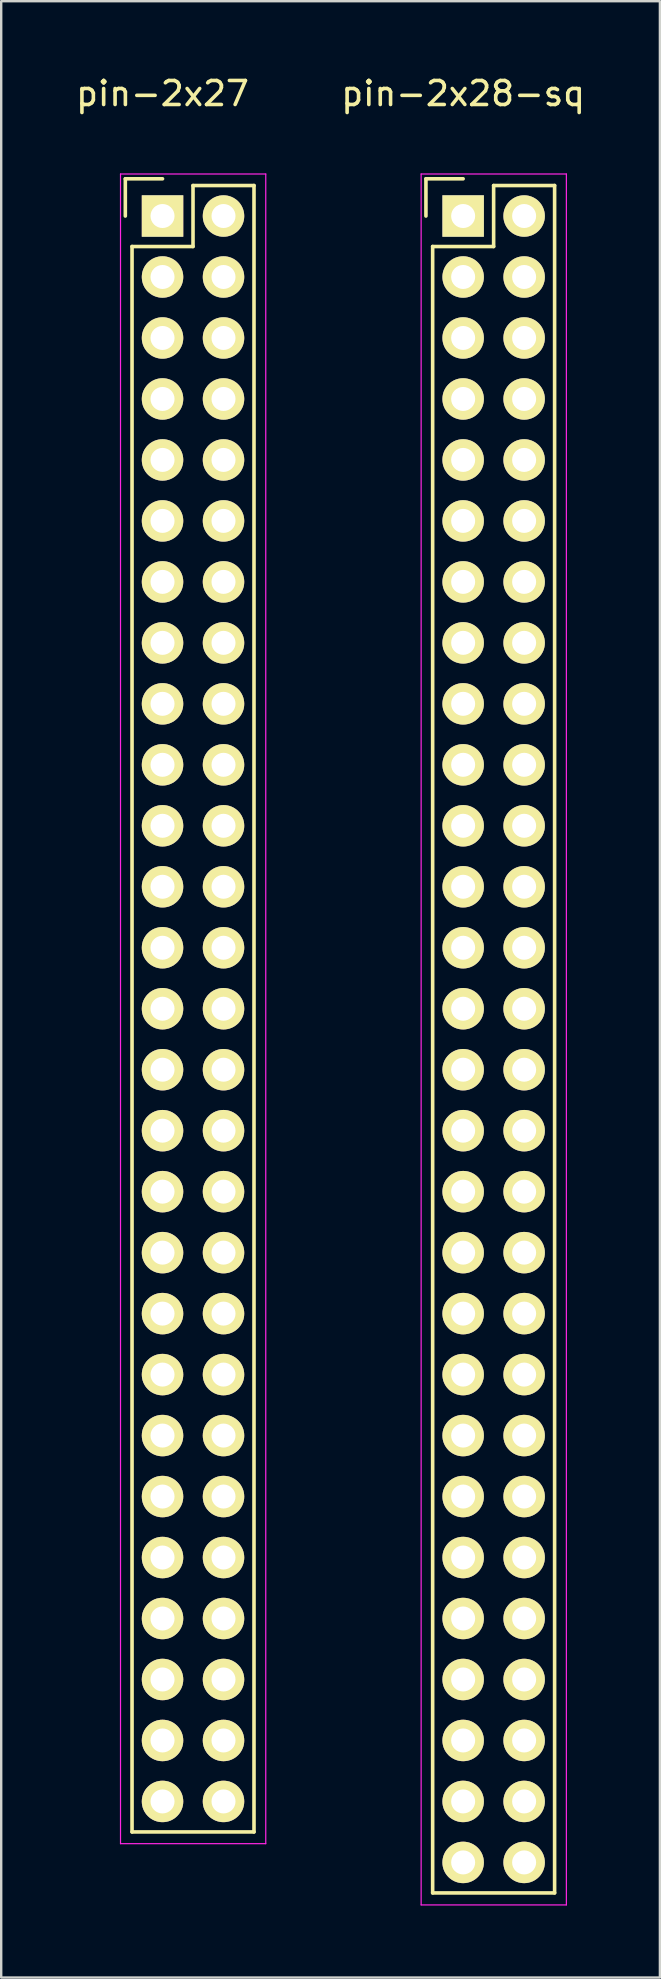
<source format=kicad_pcb>
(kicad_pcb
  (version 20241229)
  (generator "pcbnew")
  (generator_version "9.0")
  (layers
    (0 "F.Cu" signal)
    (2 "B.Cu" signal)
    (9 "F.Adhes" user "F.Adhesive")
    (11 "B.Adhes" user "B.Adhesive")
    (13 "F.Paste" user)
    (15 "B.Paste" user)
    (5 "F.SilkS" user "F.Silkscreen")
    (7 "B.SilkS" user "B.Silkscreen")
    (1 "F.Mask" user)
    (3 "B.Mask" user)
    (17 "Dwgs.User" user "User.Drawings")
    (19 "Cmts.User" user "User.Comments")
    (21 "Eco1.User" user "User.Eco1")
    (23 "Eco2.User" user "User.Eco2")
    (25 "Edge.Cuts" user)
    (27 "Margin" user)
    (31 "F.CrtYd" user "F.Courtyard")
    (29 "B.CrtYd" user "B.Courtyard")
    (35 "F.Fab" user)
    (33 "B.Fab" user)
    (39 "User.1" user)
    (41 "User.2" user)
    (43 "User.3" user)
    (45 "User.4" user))
  (footprint "pin-2x27"
    (layer "F.Cu")
    (at 3.72 5.948)
    (property "Reference" "pin-2x27" (at 0 -5.1 0) (layer "F.SilkS") (effects (font (size 1 1) (thickness 0.15))))
    (attr through_hole)
    (fp_line (start -1.55 -1.55) (end -1.55 0) (stroke (width 0.15) (type solid)) (layer "F.SilkS"))
    (fp_line (start -1.27 1.27) (end -1.27 67.31) (stroke (width 0.15) (type solid)) (layer "F.SilkS"))
    (fp_line (start 0 -1.55) (end -1.55 -1.55) (stroke (width 0.15) (type solid)) (layer "F.SilkS"))
    (fp_line (start 1.27 -1.27) (end 1.27 1.27) (stroke (width 0.15) (type solid)) (layer "F.SilkS"))
    (fp_line (start 1.27 1.27) (end -1.27 1.27) (stroke (width 0.15) (type solid)) (layer "F.SilkS"))
    (fp_line (start 3.81 -1.27) (end 1.27 -1.27) (stroke (width 0.15) (type solid)) (layer "F.SilkS"))
    (fp_line (start 3.81 67.31) (end -1.27 67.31) (stroke (width 0.15) (type solid)) (layer "F.SilkS"))
    (fp_line (start 3.81 67.31) (end 3.81 -1.27) (stroke (width 0.15) (type solid)) (layer "F.SilkS"))
    (fp_line (start -1.75 -1.75) (end -1.75 67.8) (stroke (width 0.05) (type solid)) (layer "F.CrtYd"))
    (fp_line (start -1.75 -1.75) (end 4.3 -1.75) (stroke (width 0.05) (type solid)) (layer "F.CrtYd"))
    (fp_line (start -1.75 67.8) (end 4.3 67.8) (stroke (width 0.05) (type solid)) (layer "F.CrtYd"))
    (fp_line (start 4.3 -1.75) (end 4.3 67.8) (stroke (width 0.05) (type solid)) (layer "F.CrtYd"))
    (pad "1" thru_hole rect (at 0 0) (size 1.727 1.727) (drill 1) (layers "*.Cu" "*.Mask" "F.SilkS"))
    (pad "2" thru_hole oval (at 2.54 0) (size 1.727 1.727) (drill 1) (layers "*.Cu" "*.Mask" "F.SilkS"))
    (pad "3" thru_hole oval (at 0 2.54) (size 1.727 1.727) (drill 1) (layers "*.Cu" "*.Mask" "F.SilkS"))
    (pad "4" thru_hole oval (at 2.54 2.54) (size 1.727 1.727) (drill 1) (layers "*.Cu" "*.Mask" "F.SilkS"))
    (pad "5" thru_hole oval (at 0 5.08) (size 1.727 1.727) (drill 1) (layers "*.Cu" "*.Mask" "F.SilkS"))
    (pad "6" thru_hole oval (at 2.54 5.08) (size 1.727 1.727) (drill 1) (layers "*.Cu" "*.Mask" "F.SilkS"))
    (pad "7" thru_hole oval (at 0 7.62) (size 1.727 1.727) (drill 1) (layers "*.Cu" "*.Mask" "F.SilkS"))
    (pad "8" thru_hole oval (at 2.54 7.62) (size 1.727 1.727) (drill 1) (layers "*.Cu" "*.Mask" "F.SilkS"))
    (pad "9" thru_hole oval (at 0 10.16) (size 1.727 1.727) (drill 1) (layers "*.Cu" "*.Mask" "F.SilkS"))
    (pad "10" thru_hole oval (at 2.54 10.16) (size 1.727 1.727) (drill 1) (layers "*.Cu" "*.Mask" "F.SilkS"))
    (pad "11" thru_hole oval (at 0 12.7) (size 1.727 1.727) (drill 1) (layers "*.Cu" "*.Mask" "F.SilkS"))
    (pad "12" thru_hole oval (at 2.54 12.7) (size 1.727 1.727) (drill 1) (layers "*.Cu" "*.Mask" "F.SilkS"))
    (pad "13" thru_hole oval (at 0 15.24) (size 1.727 1.727) (drill 1) (layers "*.Cu" "*.Mask" "F.SilkS"))
    (pad "14" thru_hole oval (at 2.54 15.24) (size 1.727 1.727) (drill 1) (layers "*.Cu" "*.Mask" "F.SilkS"))
    (pad "15" thru_hole oval (at 0 17.78) (size 1.727 1.727) (drill 1) (layers "*.Cu" "*.Mask" "F.SilkS"))
    (pad "16" thru_hole oval (at 2.54 17.78) (size 1.727 1.727) (drill 1) (layers "*.Cu" "*.Mask" "F.SilkS"))
    (pad "17" thru_hole oval (at 0 20.32) (size 1.727 1.727) (drill 1) (layers "*.Cu" "*.Mask" "F.SilkS"))
    (pad "18" thru_hole oval (at 2.54 20.32) (size 1.727 1.727) (drill 1) (layers "*.Cu" "*.Mask" "F.SilkS"))
    (pad "19" thru_hole oval (at 0 22.86) (size 1.727 1.727) (drill 1) (layers "*.Cu" "*.Mask" "F.SilkS"))
    (pad "20" thru_hole oval (at 2.54 22.86) (size 1.727 1.727) (drill 1) (layers "*.Cu" "*.Mask" "F.SilkS"))
    (pad "21" thru_hole oval (at 0 25.4) (size 1.727 1.727) (drill 1) (layers "*.Cu" "*.Mask" "F.SilkS"))
    (pad "22" thru_hole oval (at 2.54 25.4) (size 1.727 1.727) (drill 1) (layers "*.Cu" "*.Mask" "F.SilkS"))
    (pad "23" thru_hole oval (at 0 27.94) (size 1.727 1.727) (drill 1) (layers "*.Cu" "*.Mask" "F.SilkS"))
    (pad "24" thru_hole oval (at 2.54 27.94) (size 1.727 1.727) (drill 1) (layers "*.Cu" "*.Mask" "F.SilkS"))
    (pad "25" thru_hole oval (at 0 30.48) (size 1.727 1.727) (drill 1) (layers "*.Cu" "*.Mask" "F.SilkS"))
    (pad "26" thru_hole oval (at 2.54 30.48) (size 1.727 1.727) (drill 1) (layers "*.Cu" "*.Mask" "F.SilkS"))
    (pad "27" thru_hole oval (at 0 33.02) (size 1.727 1.727) (drill 1) (layers "*.Cu" "*.Mask" "F.SilkS"))
    (pad "28" thru_hole oval (at 2.54 33.02) (size 1.727 1.727) (drill 1) (layers "*.Cu" "*.Mask" "F.SilkS"))
    (pad "29" thru_hole oval (at 0 35.56) (size 1.727 1.727) (drill 1) (layers "*.Cu" "*.Mask" "F.SilkS"))
    (pad "30" thru_hole oval (at 2.54 35.56) (size 1.727 1.727) (drill 1) (layers "*.Cu" "*.Mask" "F.SilkS"))
    (pad "31" thru_hole oval (at 0 38.1) (size 1.727 1.727) (drill 1) (layers "*.Cu" "*.Mask" "F.SilkS"))
    (pad "32" thru_hole oval (at 2.54 38.1) (size 1.727 1.727) (drill 1) (layers "*.Cu" "*.Mask" "F.SilkS"))
    (pad "33" thru_hole oval (at 0 40.64) (size 1.727 1.727) (drill 1) (layers "*.Cu" "*.Mask" "F.SilkS"))
    (pad "34" thru_hole oval (at 2.54 40.64) (size 1.727 1.727) (drill 1) (layers "*.Cu" "*.Mask" "F.SilkS"))
    (pad "35" thru_hole oval (at 0 43.18) (size 1.727 1.727) (drill 1) (layers "*.Cu" "*.Mask" "F.SilkS"))
    (pad "36" thru_hole oval (at 2.54 43.18) (size 1.727 1.727) (drill 1) (layers "*.Cu" "*.Mask" "F.SilkS"))
    (pad "37" thru_hole oval (at 0 45.72) (size 1.727 1.727) (drill 1) (layers "*.Cu" "*.Mask" "F.SilkS"))
    (pad "38" thru_hole oval (at 2.54 45.72) (size 1.727 1.727) (drill 1) (layers "*.Cu" "*.Mask" "F.SilkS"))
    (pad "39" thru_hole oval (at 0 48.26) (size 1.727 1.727) (drill 1) (layers "*.Cu" "*.Mask" "F.SilkS"))
    (pad "40" thru_hole oval (at 2.54 48.26) (size 1.727 1.727) (drill 1) (layers "*.Cu" "*.Mask" "F.SilkS"))
    (pad "41" thru_hole oval (at 0 50.8) (size 1.727 1.727) (drill 1) (layers "*.Cu" "*.Mask" "F.SilkS"))
    (pad "42" thru_hole oval (at 2.54 50.8) (size 1.727 1.727) (drill 1) (layers "*.Cu" "*.Mask" "F.SilkS"))
    (pad "43" thru_hole oval (at 0 53.34) (size 1.727 1.727) (drill 1) (layers "*.Cu" "*.Mask" "F.SilkS"))
    (pad "44" thru_hole oval (at 2.54 53.34) (size 1.727 1.727) (drill 1) (layers "*.Cu" "*.Mask" "F.SilkS"))
    (pad "45" thru_hole oval (at 0 55.88) (size 1.727 1.727) (drill 1) (layers "*.Cu" "*.Mask" "F.SilkS"))
    (pad "46" thru_hole oval (at 2.54 55.88) (size 1.727 1.727) (drill 1) (layers "*.Cu" "*.Mask" "F.SilkS"))
    (pad "47" thru_hole oval (at 0 58.42) (size 1.727 1.727) (drill 1) (layers "*.Cu" "*.Mask" "F.SilkS"))
    (pad "48" thru_hole oval (at 2.54 58.42) (size 1.727 1.727) (drill 1) (layers "*.Cu" "*.Mask" "F.SilkS"))
    (pad "49" thru_hole oval (at 0 60.96) (size 1.727 1.727) (drill 1) (layers "*.Cu" "*.Mask" "F.SilkS"))
    (pad "50" thru_hole oval (at 2.54 60.96) (size 1.727 1.727) (drill 1) (layers "*.Cu" "*.Mask" "F.SilkS"))
    (pad "51" thru_hole oval (at 0 63.5) (size 1.727 1.727) (drill 1) (layers "*.Cu" "*.Mask" "F.SilkS"))
    (pad "52" thru_hole oval (at 2.54 63.5) (size 1.727 1.727) (drill 1) (layers "*.Cu" "*.Mask" "F.SilkS"))
    (pad "53" thru_hole oval (at 0 66.04) (size 1.727 1.727) (drill 1) (layers "*.Cu" "*.Mask" "F.SilkS"))
    (pad "54" thru_hole oval (at 2.54 66.04) (size 1.727 1.727) (drill 1) (layers "*.Cu" "*.Mask" "F.SilkS")))
  (footprint "pin-2x28-sq"
    (layer "F.Cu")
    (at 16.242 5.948)
    (property "Reference" "pin-2x28-sq" (at 0 -5.1 0) (layer "F.SilkS") (effects (font (size 1 1) (thickness 0.15))))
    (attr through_hole)
    (fp_line (start -1.55 -1.55) (end -1.55 0) (stroke (width 0.15) (type solid)) (layer "F.SilkS"))
    (fp_line (start -1.27 1.27) (end -1.27 69.85) (stroke (width 0.15) (type solid)) (layer "F.SilkS"))
    (fp_line (start 0 -1.55) (end -1.55 -1.55) (stroke (width 0.15) (type solid)) (layer "F.SilkS"))
    (fp_line (start 1.27 -1.27) (end 1.27 1.27) (stroke (width 0.15) (type solid)) (layer "F.SilkS"))
    (fp_line (start 1.27 1.27) (end -1.27 1.27) (stroke (width 0.15) (type solid)) (layer "F.SilkS"))
    (fp_line (start 3.81 -1.27) (end 1.27 -1.27) (stroke (width 0.15) (type solid)) (layer "F.SilkS"))
    (fp_line (start 3.81 -1.27) (end 3.81 69.85) (stroke (width 0.15) (type solid)) (layer "F.SilkS"))
    (fp_line (start 3.81 69.85) (end -1.27 69.85) (stroke (width 0.15) (type solid)) (layer "F.SilkS"))
    (fp_line (start -1.75 -1.75) (end -1.75 70.35) (stroke (width 0.05) (type solid)) (layer "F.CrtYd"))
    (fp_line (start -1.75 -1.75) (end 4.3 -1.75) (stroke (width 0.05) (type solid)) (layer "F.CrtYd"))
    (fp_line (start -1.75 70.35) (end 4.3 70.35) (stroke (width 0.05) (type solid)) (layer "F.CrtYd"))
    (fp_line (start 4.3 -1.75) (end 4.3 70.35) (stroke (width 0.05) (type solid)) (layer "F.CrtYd"))
    (pad "1" thru_hole rect (at 0 0) (size 1.727 1.727) (drill 1) (layers "*.Cu" "*.Mask" "F.SilkS"))
    (pad "2" thru_hole oval (at 2.54 0) (size 1.727 1.727) (drill 1) (layers "*.Cu" "*.Mask" "F.SilkS"))
    (pad "3" thru_hole oval (at 0 2.54) (size 1.727 1.727) (drill 1) (layers "*.Cu" "*.Mask" "F.SilkS"))
    (pad "4" thru_hole oval (at 2.54 2.54) (size 1.727 1.727) (drill 1) (layers "*.Cu" "*.Mask" "F.SilkS"))
    (pad "5" thru_hole oval (at 0 5.08) (size 1.727 1.727) (drill 1) (layers "*.Cu" "*.Mask" "F.SilkS"))
    (pad "6" thru_hole oval (at 2.54 5.08) (size 1.727 1.727) (drill 1) (layers "*.Cu" "*.Mask" "F.SilkS"))
    (pad "7" thru_hole oval (at 0 7.62) (size 1.727 1.727) (drill 1) (layers "*.Cu" "*.Mask" "F.SilkS"))
    (pad "8" thru_hole oval (at 2.54 7.62) (size 1.727 1.727) (drill 1) (layers "*.Cu" "*.Mask" "F.SilkS"))
    (pad "9" thru_hole oval (at 0 10.16) (size 1.727 1.727) (drill 1) (layers "*.Cu" "*.Mask" "F.SilkS"))
    (pad "10" thru_hole oval (at 2.54 10.16) (size 1.727 1.727) (drill 1) (layers "*.Cu" "*.Mask" "F.SilkS"))
    (pad "11" thru_hole oval (at 0 12.7) (size 1.727 1.727) (drill 1) (layers "*.Cu" "*.Mask" "F.SilkS"))
    (pad "12" thru_hole oval (at 2.54 12.7) (size 1.727 1.727) (drill 1) (layers "*.Cu" "*.Mask" "F.SilkS"))
    (pad "13" thru_hole oval (at 0 15.24) (size 1.727 1.727) (drill 1) (layers "*.Cu" "*.Mask" "F.SilkS"))
    (pad "14" thru_hole oval (at 2.54 15.24) (size 1.727 1.727) (drill 1) (layers "*.Cu" "*.Mask" "F.SilkS"))
    (pad "15" thru_hole oval (at 0 17.78) (size 1.727 1.727) (drill 1) (layers "*.Cu" "*.Mask" "F.SilkS"))
    (pad "16" thru_hole oval (at 2.54 17.78) (size 1.727 1.727) (drill 1) (layers "*.Cu" "*.Mask" "F.SilkS"))
    (pad "17" thru_hole oval (at 0 20.32) (size 1.727 1.727) (drill 1) (layers "*.Cu" "*.Mask" "F.SilkS"))
    (pad "18" thru_hole oval (at 2.54 20.32) (size 1.727 1.727) (drill 1) (layers "*.Cu" "*.Mask" "F.SilkS"))
    (pad "19" thru_hole oval (at 0 22.86) (size 1.727 1.727) (drill 1) (layers "*.Cu" "*.Mask" "F.SilkS"))
    (pad "20" thru_hole oval (at 2.54 22.86) (size 1.727 1.727) (drill 1) (layers "*.Cu" "*.Mask" "F.SilkS"))
    (pad "21" thru_hole oval (at 0 25.4) (size 1.727 1.727) (drill 1) (layers "*.Cu" "*.Mask" "F.SilkS"))
    (pad "22" thru_hole oval (at 2.54 25.4) (size 1.727 1.727) (drill 1) (layers "*.Cu" "*.Mask" "F.SilkS"))
    (pad "23" thru_hole oval (at 0 27.94) (size 1.727 1.727) (drill 1) (layers "*.Cu" "*.Mask" "F.SilkS"))
    (pad "24" thru_hole oval (at 2.54 27.94) (size 1.727 1.727) (drill 1) (layers "*.Cu" "*.Mask" "F.SilkS"))
    (pad "25" thru_hole oval (at 0 30.48) (size 1.727 1.727) (drill 1) (layers "*.Cu" "*.Mask" "F.SilkS"))
    (pad "26" thru_hole oval (at 2.54 30.48) (size 1.727 1.727) (drill 1) (layers "*.Cu" "*.Mask" "F.SilkS"))
    (pad "27" thru_hole oval (at 0 33.02) (size 1.727 1.727) (drill 1) (layers "*.Cu" "*.Mask" "F.SilkS"))
    (pad "28" thru_hole oval (at 2.54 33.02) (size 1.727 1.727) (drill 1) (layers "*.Cu" "*.Mask" "F.SilkS"))
    (pad "29" thru_hole oval (at 0 35.56) (size 1.727 1.727) (drill 1) (layers "*.Cu" "*.Mask" "F.SilkS"))
    (pad "30" thru_hole oval (at 2.54 35.56) (size 1.727 1.727) (drill 1) (layers "*.Cu" "*.Mask" "F.SilkS"))
    (pad "31" thru_hole oval (at 0 38.1) (size 1.727 1.727) (drill 1) (layers "*.Cu" "*.Mask" "F.SilkS"))
    (pad "32" thru_hole oval (at 2.54 38.1) (size 1.727 1.727) (drill 1) (layers "*.Cu" "*.Mask" "F.SilkS"))
    (pad "33" thru_hole oval (at 0 40.64) (size 1.727 1.727) (drill 1) (layers "*.Cu" "*.Mask" "F.SilkS"))
    (pad "34" thru_hole oval (at 2.54 40.64) (size 1.727 1.727) (drill 1) (layers "*.Cu" "*.Mask" "F.SilkS"))
    (pad "35" thru_hole oval (at 0 43.18) (size 1.727 1.727) (drill 1) (layers "*.Cu" "*.Mask" "F.SilkS"))
    (pad "36" thru_hole oval (at 2.54 43.18) (size 1.727 1.727) (drill 1) (layers "*.Cu" "*.Mask" "F.SilkS"))
    (pad "37" thru_hole oval (at 0 45.72) (size 1.727 1.727) (drill 1) (layers "*.Cu" "*.Mask" "F.SilkS"))
    (pad "38" thru_hole oval (at 2.54 45.72) (size 1.727 1.727) (drill 1) (layers "*.Cu" "*.Mask" "F.SilkS"))
    (pad "39" thru_hole oval (at 0 48.26) (size 1.727 1.727) (drill 1) (layers "*.Cu" "*.Mask" "F.SilkS"))
    (pad "40" thru_hole oval (at 2.54 48.26) (size 1.727 1.727) (drill 1) (layers "*.Cu" "*.Mask" "F.SilkS"))
    (pad "41" thru_hole oval (at 0 50.8) (size 1.727 1.727) (drill 1) (layers "*.Cu" "*.Mask" "F.SilkS"))
    (pad "42" thru_hole oval (at 2.54 50.8) (size 1.727 1.727) (drill 1) (layers "*.Cu" "*.Mask" "F.SilkS"))
    (pad "43" thru_hole oval (at 0 53.34) (size 1.727 1.727) (drill 1) (layers "*.Cu" "*.Mask" "F.SilkS"))
    (pad "44" thru_hole oval (at 2.54 53.34) (size 1.727 1.727) (drill 1) (layers "*.Cu" "*.Mask" "F.SilkS"))
    (pad "45" thru_hole oval (at 0 55.88) (size 1.727 1.727) (drill 1) (layers "*.Cu" "*.Mask" "F.SilkS"))
    (pad "46" thru_hole oval (at 2.54 55.88) (size 1.727 1.727) (drill 1) (layers "*.Cu" "*.Mask" "F.SilkS"))
    (pad "47" thru_hole oval (at 0 58.42) (size 1.727 1.727) (drill 1) (layers "*.Cu" "*.Mask" "F.SilkS"))
    (pad "48" thru_hole oval (at 2.54 58.42) (size 1.727 1.727) (drill 1) (layers "*.Cu" "*.Mask" "F.SilkS"))
    (pad "49" thru_hole oval (at 0 60.96) (size 1.727 1.727) (drill 1) (layers "*.Cu" "*.Mask" "F.SilkS"))
    (pad "50" thru_hole oval (at 2.54 60.96) (size 1.727 1.727) (drill 1) (layers "*.Cu" "*.Mask" "F.SilkS"))
    (pad "51" thru_hole oval (at 0 63.5) (size 1.727 1.727) (drill 1) (layers "*.Cu" "*.Mask" "F.SilkS"))
    (pad "52" thru_hole oval (at 2.54 63.5) (size 1.727 1.727) (drill 1) (layers "*.Cu" "*.Mask" "F.SilkS"))
    (pad "53" thru_hole oval (at 0 66.04) (size 1.727 1.727) (drill 1) (layers "*.Cu" "*.Mask" "F.SilkS"))
    (pad "54" thru_hole oval (at 2.54 66.04) (size 1.727 1.727) (drill 1) (layers "*.Cu" "*.Mask" "F.SilkS"))
    (pad "55" thru_hole oval (at 0 68.58) (size 1.727 1.727) (drill 1) (layers "*.Cu" "*.Mask" "F.SilkS"))
    (pad "56" thru_hole oval (at 2.54 68.58) (size 1.727 1.727) (drill 1) (layers "*.Cu" "*.Mask" "F.SilkS")))
  (gr_rect
    (start -3 -3)
    (end 24.438 79.323)
    (stroke (width 0.1) (type default))
    (fill no)
    (layer "Edge.Cuts")))
</source>
